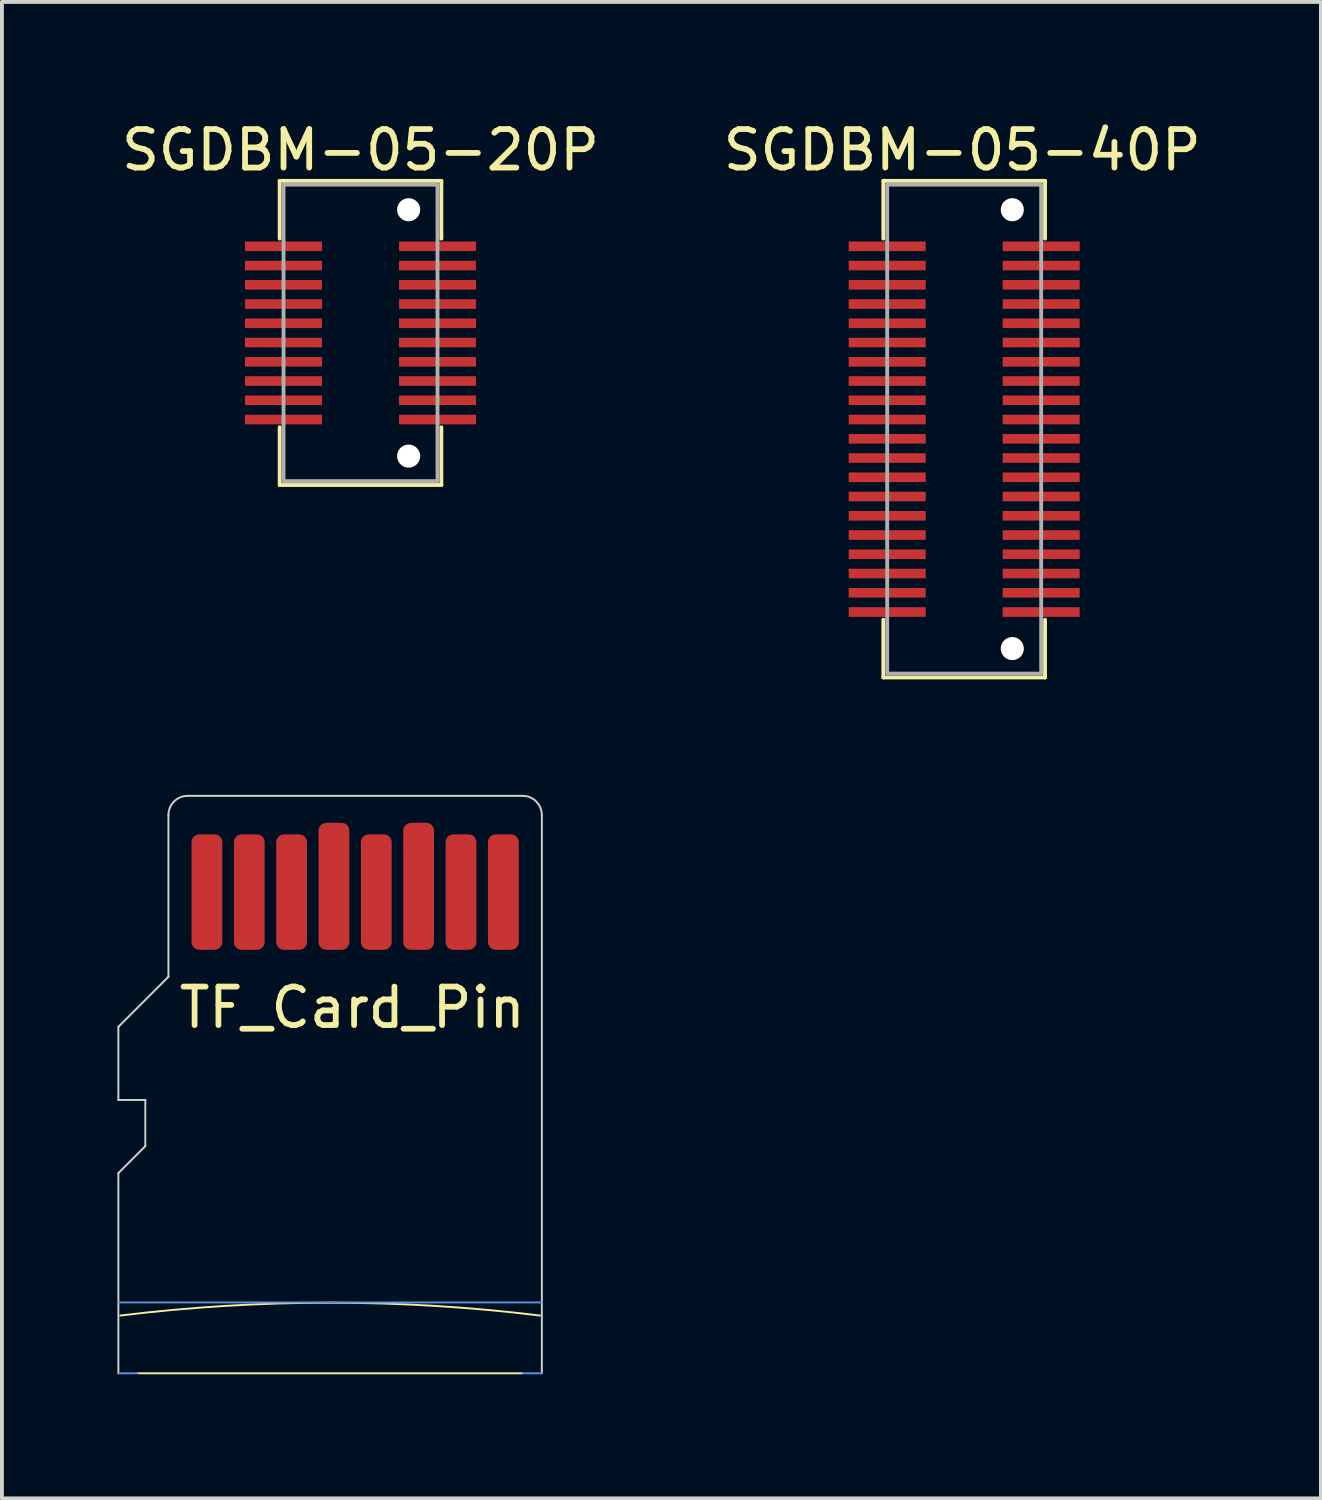
<source format=kicad_pcb>
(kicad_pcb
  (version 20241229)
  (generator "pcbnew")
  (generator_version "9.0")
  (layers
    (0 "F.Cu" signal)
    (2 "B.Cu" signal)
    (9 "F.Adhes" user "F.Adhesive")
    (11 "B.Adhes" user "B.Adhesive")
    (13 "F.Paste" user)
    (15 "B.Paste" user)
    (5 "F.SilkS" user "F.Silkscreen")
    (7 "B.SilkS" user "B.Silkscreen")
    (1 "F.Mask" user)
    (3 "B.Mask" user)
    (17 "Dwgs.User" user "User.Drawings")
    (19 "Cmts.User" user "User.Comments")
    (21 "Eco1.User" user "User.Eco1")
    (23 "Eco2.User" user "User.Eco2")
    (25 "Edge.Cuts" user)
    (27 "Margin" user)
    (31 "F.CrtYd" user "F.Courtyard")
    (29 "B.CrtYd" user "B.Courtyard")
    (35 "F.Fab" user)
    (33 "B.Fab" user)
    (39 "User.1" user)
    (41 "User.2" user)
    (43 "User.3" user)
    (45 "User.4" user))
  (footprint "SGDBM-05-40P"
    (layer "F.Cu")
    (at 21.996 8.098)
    (property "Reference" "SGDBM-05-40P" (at -0.05 -7.25 0) (layer "F.SilkS") (effects (font (size 1 1) (thickness 0.15))))
    (attr through_hole)
    (fp_line (start -2.1 -6.45) (end 2.1 -6.45) (stroke (width 0.1) (type default)) (layer "F.SilkS"))
    (fp_line (start -2.1 -4.95) (end -2.1 -6.45) (stroke (width 0.1) (type default)) (layer "F.SilkS"))
    (fp_line (start -2.1 6.45) (end -2.1 4.95) (stroke (width 0.1) (type default)) (layer "F.SilkS"))
    (fp_line (start 2.1 -6.45) (end 2.1 -4.95) (stroke (width 0.1) (type default)) (layer "F.SilkS"))
    (fp_line (start 2.1 4.95) (end 2.1 6.45) (stroke (width 0.1) (type default)) (layer "F.SilkS"))
    (fp_line (start 2.1 6.45) (end -2.1 6.45) (stroke (width 0.1) (type default)) (layer "F.SilkS"))
    (fp_rect (start -2 -6.35) (end 2 6.35) (stroke (width 0.1) (type default)) (fill no) (layer "F.Fab"))
    (pad "" np_thru_hole circle (at 1.25 -5.7) (size 0.6 0.6) (drill 0.6) (layers "*.Cu" "*.Mask"))
    (pad "" np_thru_hole circle (at 1.25 5.7) (size 0.6 0.6) (drill 0.6) (layers "*.Cu" "*.Mask"))
    (pad "1" smd rect (at 2 -4.75 180) (size 2 0.25) (layers "F.Cu" "F.Mask" "F.Paste"))
    (pad "2" smd rect (at -2 -4.75 180) (size 2 0.25) (layers "F.Cu" "F.Mask" "F.Paste"))
    (pad "3" smd rect (at 2 -4.25 180) (size 2 0.25) (layers "F.Cu" "F.Mask" "F.Paste"))
    (pad "4" smd rect (at -2 -4.25 180) (size 2 0.25) (layers "F.Cu" "F.Mask" "F.Paste"))
    (pad "5" smd rect (at 2 -3.75 180) (size 2 0.25) (layers "F.Cu" "F.Mask" "F.Paste"))
    (pad "6" smd rect (at -2 -3.75 180) (size 2 0.25) (layers "F.Cu" "F.Mask" "F.Paste"))
    (pad "7" smd rect (at 2 -3.25 180) (size 2 0.25) (layers "F.Cu" "F.Mask" "F.Paste"))
    (pad "8" smd rect (at -2 -3.25 180) (size 2 0.25) (layers "F.Cu" "F.Mask" "F.Paste"))
    (pad "9" smd rect (at 2 -2.75 180) (size 2 0.25) (layers "F.Cu" "F.Mask" "F.Paste"))
    (pad "10" smd rect (at -2 -2.75 180) (size 2 0.25) (layers "F.Cu" "F.Mask" "F.Paste"))
    (pad "11" smd rect (at 2 -2.25 180) (size 2 0.25) (layers "F.Cu" "F.Mask" "F.Paste"))
    (pad "12" smd rect (at -2 -2.25 180) (size 2 0.25) (layers "F.Cu" "F.Mask" "F.Paste"))
    (pad "13" smd rect (at 2 -1.75 180) (size 2 0.25) (layers "F.Cu" "F.Mask" "F.Paste"))
    (pad "14" smd rect (at -2 -1.75 180) (size 2 0.25) (layers "F.Cu" "F.Mask" "F.Paste"))
    (pad "15" smd rect (at 2 -1.25 180) (size 2 0.25) (layers "F.Cu" "F.Mask" "F.Paste"))
    (pad "16" smd rect (at -2 -1.25 180) (size 2 0.25) (layers "F.Cu" "F.Mask" "F.Paste"))
    (pad "17" smd rect (at 2 -0.75 180) (size 2 0.25) (layers "F.Cu" "F.Mask" "F.Paste"))
    (pad "18" smd rect (at -2 -0.75 180) (size 2 0.25) (layers "F.Cu" "F.Mask" "F.Paste"))
    (pad "19" smd rect (at 2 -0.25 180) (size 2 0.25) (layers "F.Cu" "F.Mask" "F.Paste"))
    (pad "20" smd rect (at -2 -0.25 180) (size 2 0.25) (layers "F.Cu" "F.Mask" "F.Paste"))
    (pad "21" smd rect (at 2 0.25 180) (size 2 0.25) (layers "F.Cu" "F.Mask" "F.Paste"))
    (pad "22" smd rect (at -2 0.25 180) (size 2 0.25) (layers "F.Cu" "F.Mask" "F.Paste"))
    (pad "23" smd rect (at 2 0.75 180) (size 2 0.25) (layers "F.Cu" "F.Mask" "F.Paste"))
    (pad "24" smd rect (at -2 0.75 180) (size 2 0.25) (layers "F.Cu" "F.Mask" "F.Paste"))
    (pad "25" smd rect (at 2 1.25 180) (size 2 0.25) (layers "F.Cu" "F.Mask" "F.Paste"))
    (pad "26" smd rect (at -2 1.25 180) (size 2 0.25) (layers "F.Cu" "F.Mask" "F.Paste"))
    (pad "27" smd rect (at 2 1.75 180) (size 2 0.25) (layers "F.Cu" "F.Mask" "F.Paste"))
    (pad "28" smd rect (at -2 1.75 180) (size 2 0.25) (layers "F.Cu" "F.Mask" "F.Paste"))
    (pad "29" smd rect (at 2 2.25 180) (size 2 0.25) (layers "F.Cu" "F.Mask" "F.Paste"))
    (pad "30" smd rect (at -2 2.25 180) (size 2 0.25) (layers "F.Cu" "F.Mask" "F.Paste"))
    (pad "31" smd rect (at 2 2.75 180) (size 2 0.25) (layers "F.Cu" "F.Mask" "F.Paste"))
    (pad "32" smd rect (at -2 2.75 180) (size 2 0.25) (layers "F.Cu" "F.Mask" "F.Paste"))
    (pad "33" smd rect (at 2 3.25 180) (size 2 0.25) (layers "F.Cu" "F.Mask" "F.Paste"))
    (pad "34" smd rect (at -2 3.25 180) (size 2 0.25) (layers "F.Cu" "F.Mask" "F.Paste"))
    (pad "35" smd rect (at 2 3.75 180) (size 2 0.25) (layers "F.Cu" "F.Mask" "F.Paste"))
    (pad "36" smd rect (at -2 3.75 180) (size 2 0.25) (layers "F.Cu" "F.Mask" "F.Paste"))
    (pad "37" smd rect (at 2 4.25 180) (size 2 0.25) (layers "F.Cu" "F.Mask" "F.Paste"))
    (pad "38" smd rect (at -2 4.25 180) (size 2 0.25) (layers "F.Cu" "F.Mask" "F.Paste"))
    (pad "39" smd rect (at 2 4.75 180) (size 2 0.25) (layers "F.Cu" "F.Mask" "F.Paste"))
    (pad "40" smd rect (at -2 4.75 180) (size 2 0.25) (layers "F.Cu" "F.Mask" "F.Paste")))
  (footprint "SGDBM-05-20P"
    (layer "F.Cu")
    (at 6.315 5.598)
    (property "Reference" "SGDBM-05-20P" (at 0 -4.75 0) (layer "F.SilkS") (effects (font (size 1 1) (thickness 0.15))))
    (attr through_hole)
    (fp_line (start -2.1 -3.95) (end 2.1 -3.95) (stroke (width 0.1) (type default)) (layer "F.SilkS"))
    (fp_line (start -2.1 -2.45) (end -2.1 -3.95) (stroke (width 0.1) (type default)) (layer "F.SilkS"))
    (fp_line (start -2.1 3.95) (end -2.1 2.45) (stroke (width 0.1) (type default)) (layer "F.SilkS"))
    (fp_line (start 2.1 -3.95) (end 2.1 -2.45) (stroke (width 0.1) (type default)) (layer "F.SilkS"))
    (fp_line (start 2.1 2.45) (end 2.1 3.95) (stroke (width 0.1) (type default)) (layer "F.SilkS"))
    (fp_line (start 2.1 3.95) (end -2.1 3.95) (stroke (width 0.1) (type default)) (layer "F.SilkS"))
    (fp_rect (start -2 -3.85) (end 2 3.85) (stroke (width 0.1) (type default)) (fill no) (layer "F.Fab"))
    (pad "" np_thru_hole circle (at 1.25 -3.2) (size 0.6 0.6) (drill 0.6) (layers "*.Cu" "*.Mask"))
    (pad "" np_thru_hole circle (at 1.25 3.2) (size 0.6 0.6) (drill 0.6) (layers "*.Cu" "*.Mask"))
    (pad "1" smd rect (at -2 -2.25 180) (size 2 0.25) (layers "F.Cu" "F.Mask" "F.Paste"))
    (pad "2" smd rect (at 2 -2.25 180) (size 2 0.25) (layers "F.Cu" "F.Mask" "F.Paste"))
    (pad "3" smd rect (at -2 -1.75 180) (size 2 0.25) (layers "F.Cu" "F.Mask" "F.Paste"))
    (pad "4" smd rect (at 2 -1.75 180) (size 2 0.25) (layers "F.Cu" "F.Mask" "F.Paste"))
    (pad "5" smd rect (at -2 -1.25 180) (size 2 0.25) (layers "F.Cu" "F.Mask" "F.Paste"))
    (pad "6" smd rect (at 2 -1.25 180) (size 2 0.25) (layers "F.Cu" "F.Mask" "F.Paste"))
    (pad "7" smd rect (at -2 -0.75 180) (size 2 0.25) (layers "F.Cu" "F.Mask" "F.Paste"))
    (pad "8" smd rect (at 2 -0.75 180) (size 2 0.25) (layers "F.Cu" "F.Mask" "F.Paste"))
    (pad "9" smd rect (at -2 -0.25 180) (size 2 0.25) (layers "F.Cu" "F.Mask" "F.Paste"))
    (pad "10" smd rect (at 2 -0.25 180) (size 2 0.25) (layers "F.Cu" "F.Mask" "F.Paste"))
    (pad "11" smd rect (at -2 0.25 180) (size 2 0.25) (layers "F.Cu" "F.Mask" "F.Paste"))
    (pad "12" smd rect (at 2 0.25 180) (size 2 0.25) (layers "F.Cu" "F.Mask" "F.Paste"))
    (pad "13" smd rect (at -2 0.75 180) (size 2 0.25) (layers "F.Cu" "F.Mask" "F.Paste"))
    (pad "14" smd rect (at 2 0.75 180) (size 2 0.25) (layers "F.Cu" "F.Mask" "F.Paste"))
    (pad "15" smd rect (at -2 1.25 180) (size 2 0.25) (layers "F.Cu" "F.Mask" "F.Paste"))
    (pad "16" smd rect (at 2 1.25 180) (size 2 0.25) (layers "F.Cu" "F.Mask" "F.Paste"))
    (pad "17" smd rect (at -2 1.75 180) (size 2 0.25) (layers "F.Cu" "F.Mask" "F.Paste"))
    (pad "18" smd rect (at 2 1.75 180) (size 2 0.25) (layers "F.Cu" "F.Mask" "F.Paste"))
    (pad "19" smd rect (at -2 2.25 180) (size 2 0.25) (layers "F.Cu" "F.Mask" "F.Paste"))
    (pad "20" smd rect (at 2 2.25 180) (size 2 0.25) (layers "F.Cu" "F.Mask" "F.Paste")))
  (footprint "TF_Card_Pin"
    (layer "F.Cu")
    (at 5.525 32.623)
    (property "Reference" "TF_Card_Pin" (at 5.15 -9.5 0) (layer "F.SilkS") (effects (font (size 1 1) (thickness 0.15)) (justify right)))
    (attr through_hole)
    (fp_line (start 5 0) (end -5 0) (stroke (width 0.05) (type default)) (layer "F.SilkS"))
    (fp_arc (start -5.45 -1.5) (mid 0 -1.833336) (end 5.45 -1.5) (stroke (width 0.05) (type default)) (layer "F.SilkS"))
    (fp_line (start -5 0) (end -5.5 0) (stroke (width 0.05) (type default)) (layer "Cmts.User"))
    (fp_line (start 5.5 -1.84) (end -5.5 -1.84) (stroke (width 0.05) (type default)) (layer "Cmts.User"))
    (fp_line (start 5.5 0) (end 5 0) (stroke (width 0.05) (type default)) (layer "Cmts.User"))
    (fp_line (start -5.5 -9) (end -5.5 -7.1) (stroke (width 0.05) (type default)) (layer "Edge.Cuts"))
    (fp_line (start -5.5 -7.1) (end -4.8 -7.1) (stroke (width 0.05) (type default)) (layer "Edge.Cuts"))
    (fp_line (start -5.5 0) (end -5.5 -5.2) (stroke (width 0.05) (type default)) (layer "Edge.Cuts"))
    (fp_line (start -4.8 -7.1) (end -4.8 -5.9) (stroke (width 0.05) (type default)) (layer "Edge.Cuts"))
    (fp_line (start -4.8 -5.9) (end -5.5 -5.2) (stroke (width 0.05) (type default)) (layer "Edge.Cuts"))
    (fp_line (start -4.2 -14.5) (end -4.2 -10.3) (stroke (width 0.05) (type default)) (layer "Edge.Cuts"))
    (fp_line (start -4.2 -10.3) (end -5.5 -9) (stroke (width 0.05) (type default)) (layer "Edge.Cuts"))
    (fp_line (start 5 -15) (end -3.7 -15) (stroke (width 0.05) (type default)) (layer "Edge.Cuts"))
    (fp_line (start 5.5 -14.5) (end 5.5 0) (stroke (width 0.05) (type default)) (layer "Edge.Cuts"))
    (fp_arc (start -4.2 -14.5) (mid -4.053553 -14.853553) (end -3.7 -15) (stroke (width 0.05) (type default)) (layer "Edge.Cuts"))
    (fp_arc (start 5 -15) (mid 5.353553 -14.853553) (end 5.5 -14.5) (stroke (width 0.05) (type default)) (layer "Edge.Cuts"))
    (pad "1" smd roundrect (at -3.2 -12.5 180) (size 0.8 3) (layers "F.Cu" "F.Mask" "F.Paste") (roundrect_rratio 0.25))
    (pad "2" smd roundrect (at -2.1 -12.5 180) (size 0.8 3) (layers "F.Cu" "F.Mask" "F.Paste") (roundrect_rratio 0.25))
    (pad "3" smd roundrect (at -1 -12.5 180) (size 0.8 3) (layers "F.Cu" "F.Mask" "F.Paste") (roundrect_rratio 0.25))
    (pad "4" smd roundrect (at 0.1 -12.5 180) (size 0.8 3.3) (drill (offset 0 0.15)) (layers "F.Cu" "F.Mask" "F.Paste") (roundrect_rratio 0.25))
    (pad "5" smd roundrect (at 1.2 -12.5 180) (size 0.8 3) (layers "F.Cu" "F.Mask" "F.Paste") (roundrect_rratio 0.25))
    (pad "6" smd roundrect (at 2.3 -12.5 180) (size 0.8 3.3) (drill (offset 0 0.15)) (layers "F.Cu" "F.Mask" "F.Paste") (roundrect_rratio 0.25))
    (pad "7" smd roundrect (at 3.4 -12.5 180) (size 0.8 3) (layers "F.Cu" "F.Mask" "F.Paste") (roundrect_rratio 0.25))
    (pad "8" smd roundrect (at 4.5 -12.5 180) (size 0.8 3) (layers "F.Cu" "F.Mask" "F.Paste") (roundrect_rratio 0.25)))
  (gr_rect
    (start -3 -3)
    (end 31.262 35.873)
    (stroke (width 0.1) (type default))
    (fill no)
    (layer "Edge.Cuts")))
</source>
